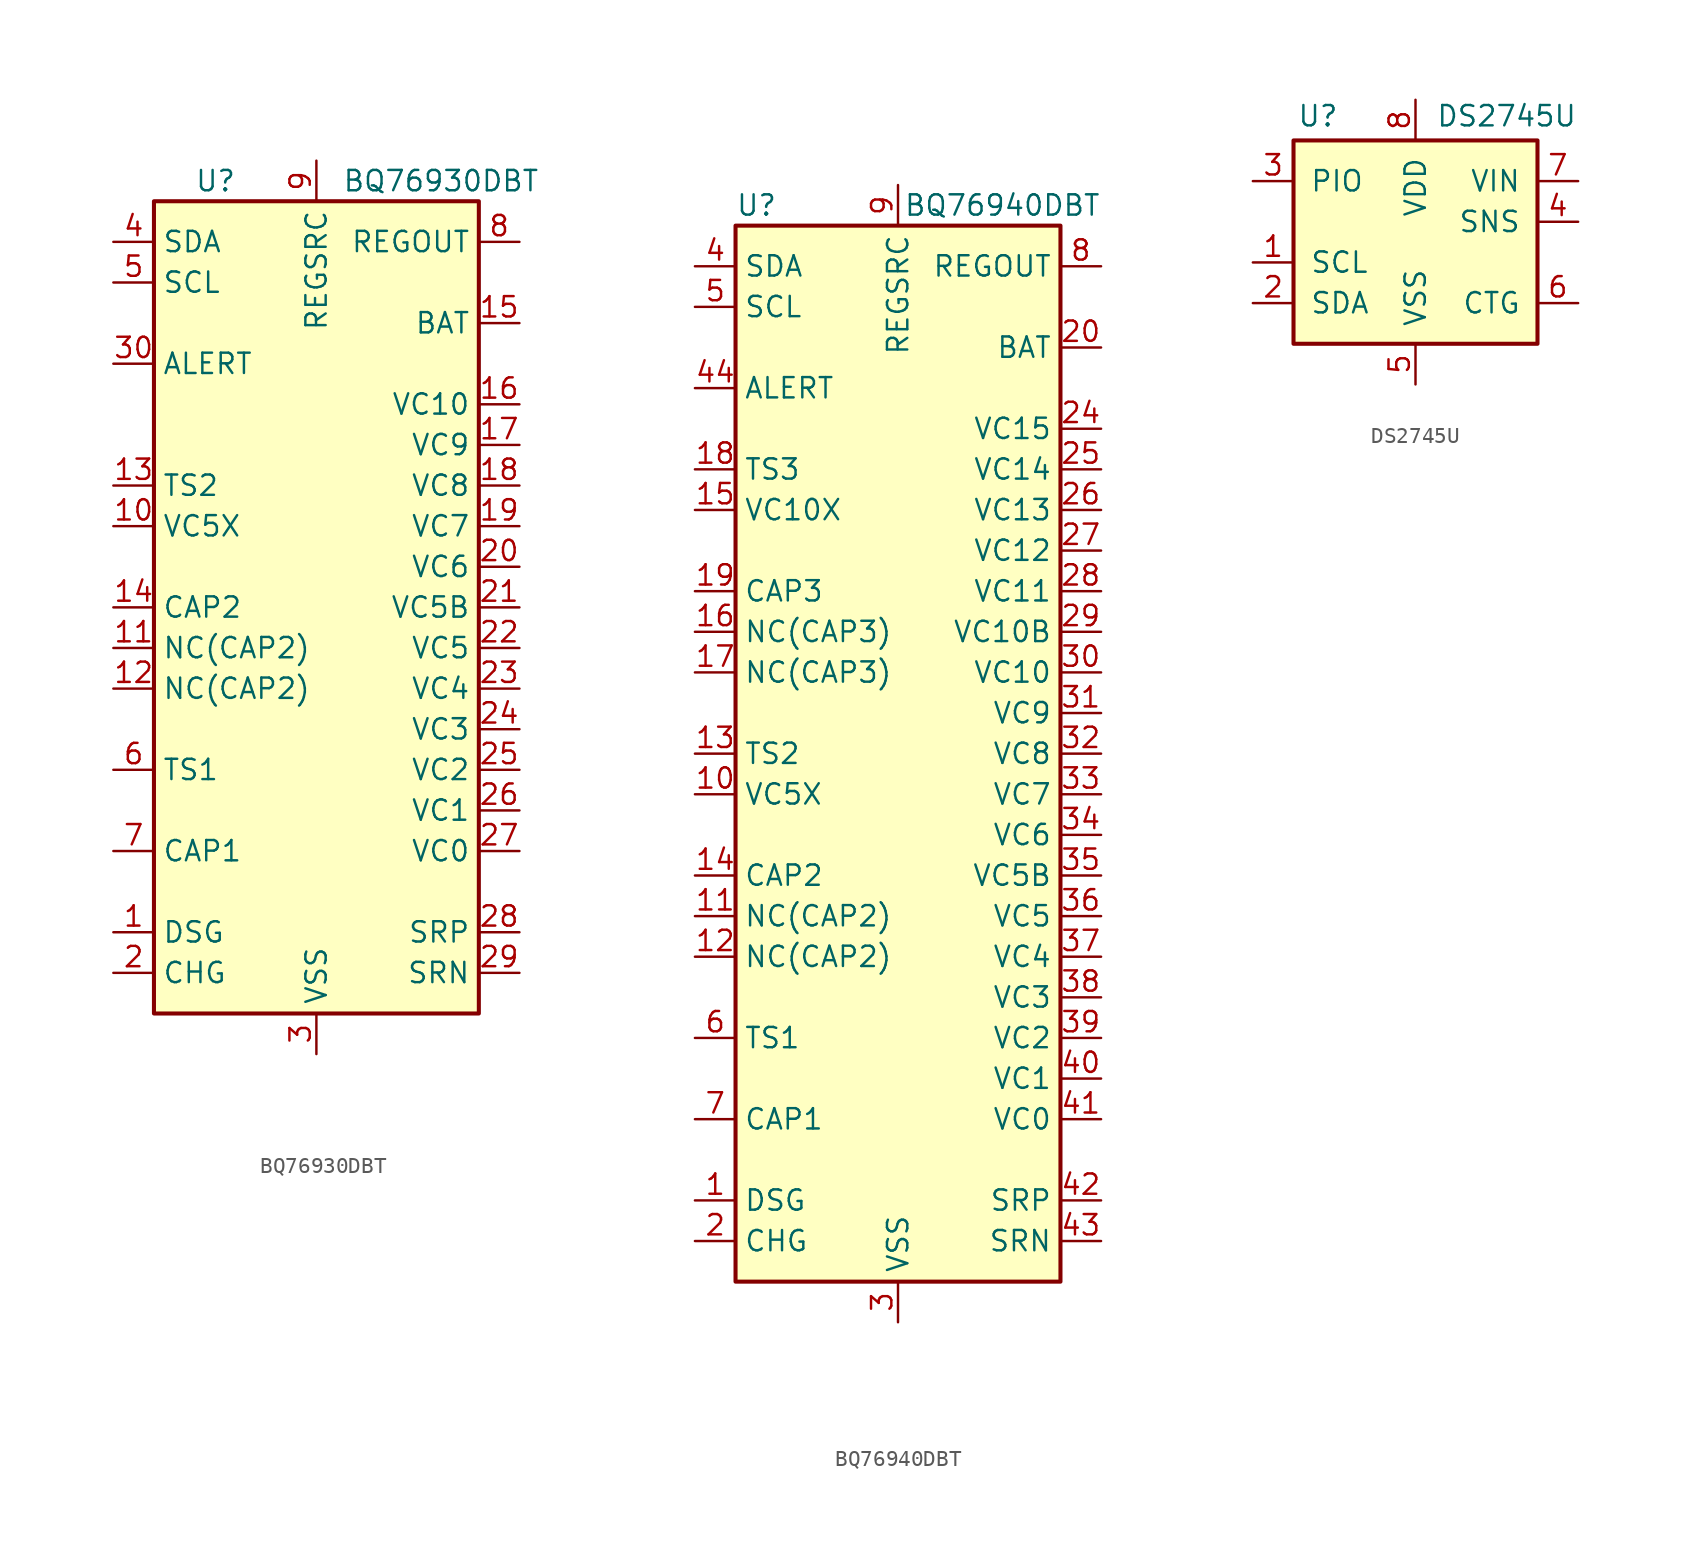
<source format=kicad_sym>
(kicad_symbol_lib
  (version 20201005)
  (generator kicad_symbol_editor)
  (symbol "Battery_Management:BQ76930DBT"
    (property "Reference" "U"
      (at -7.62 26.67 0)
      (effects (font (size 1.27 1.27)) (justify left)))
    (property "Value" "BQ76930DBT"
      (at 13.97 26.67 0)
      (effects (font (size 1.27 1.27)) (justify right)))
    (symbol "BQ76930DBT_0_1"
      (rectangle (start -10.16 25.4) (end 10.16 -25.4) (stroke (width 0.254)) (fill (type background))))
    (symbol "BQ76930DBT_1_0"
      (pin passive line (at -12.7 5.08 0) (length 2.54) (name "VC5X" (effects (font (size 1.27 1.27)))) (number "10" (effects (font (size 1.27 1.27)))))
      (pin passive line (at -12.7 -2.54 0) (length 2.54) (name "NC(CAP2)" (effects (font (size 1.27 1.27)))) (number "11" (effects (font (size 1.27 1.27)))))
      (pin passive line (at -12.7 -5.08 0) (length 2.54) (name "NC(CAP2)" (effects (font (size 1.27 1.27)))) (number "12" (effects (font (size 1.27 1.27)))))
      (pin passive line (at -12.7 7.62 0) (length 2.54) (name "TS2" (effects (font (size 1.27 1.27)))) (number "13" (effects (font (size 1.27 1.27)))))
      (pin passive line (at -12.7 0 0) (length 2.54) (name "CAP2" (effects (font (size 1.27 1.27)))) (number "14" (effects (font (size 1.27 1.27)))))
      (pin input line (at 12.7 17.78 180) (length 2.54) (name "BAT" (effects (font (size 1.27 1.27)))) (number "15" (effects (font (size 1.27 1.27)))))
      (pin input line (at 12.7 12.7 180) (length 2.54) (name "VC10" (effects (font (size 1.27 1.27)))) (number "16" (effects (font (size 1.27 1.27)))))
      (pin input line (at 12.7 10.16 180) (length 2.54) (name "VC9" (effects (font (size 1.27 1.27)))) (number "17" (effects (font (size 1.27 1.27)))))
      (pin input line (at 12.7 7.62 180) (length 2.54) (name "VC8" (effects (font (size 1.27 1.27)))) (number "18" (effects (font (size 1.27 1.27)))))
      (pin input line (at 12.7 5.08 180) (length 2.54) (name "VC7" (effects (font (size 1.27 1.27)))) (number "19" (effects (font (size 1.27 1.27)))))
      (pin input line (at 12.7 2.54 180) (length 2.54) (name "VC6" (effects (font (size 1.27 1.27)))) (number "20" (effects (font (size 1.27 1.27)))))
      (pin input line (at 12.7 0 180) (length 2.54) (name "VC5B" (effects (font (size 1.27 1.27)))) (number "21" (effects (font (size 1.27 1.27)))))
      (pin input line (at 12.7 -2.54 180) (length 2.54) (name "VC5" (effects (font (size 1.27 1.27)))) (number "22" (effects (font (size 1.27 1.27)))))
      (pin input line (at 12.7 -5.08 180) (length 2.54) (name "VC4" (effects (font (size 1.27 1.27)))) (number "23" (effects (font (size 1.27 1.27)))))
      (pin input line (at 12.7 -7.62 180) (length 2.54) (name "VC3" (effects (font (size 1.27 1.27)))) (number "24" (effects (font (size 1.27 1.27)))))
      (pin input line (at 12.7 -10.16 180) (length 2.54) (name "VC2" (effects (font (size 1.27 1.27)))) (number "25" (effects (font (size 1.27 1.27)))))
      (pin input line (at 12.7 -12.7 180) (length 2.54) (name "VC1" (effects (font (size 1.27 1.27)))) (number "26" (effects (font (size 1.27 1.27)))))
      (pin input line (at 12.7 -15.24 180) (length 2.54) (name "VC0" (effects (font (size 1.27 1.27)))) (number "27" (effects (font (size 1.27 1.27)))))
      (pin input line (at 12.7 -20.32 180) (length 2.54) (name "SRP" (effects (font (size 1.27 1.27)))) (number "28" (effects (font (size 1.27 1.27)))))
      (pin input line (at 12.7 -22.86 180) (length 2.54) (name "SRN" (effects (font (size 1.27 1.27)))) (number "29" (effects (font (size 1.27 1.27)))))
      (pin bidirectional line (at -12.7 15.24 0) (length 2.54) (name "ALERT" (effects (font (size 1.27 1.27)))) (number "30" (effects (font (size 1.27 1.27)))))
      (pin passive line (at -12.7 -10.16 0) (length 2.54) (name "TS1" (effects (font (size 1.27 1.27)))) (number "6" (effects (font (size 1.27 1.27)))))
      (pin passive line (at -12.7 -15.24 0) (length 2.54) (name "CAP1" (effects (font (size 1.27 1.27)))) (number "7" (effects (font (size 1.27 1.27)))))
      (pin power_out line (at 12.7 22.86 180) (length 2.54) (name "REGOUT" (effects (font (size 1.27 1.27)))) (number "8" (effects (font (size 1.27 1.27)))))
      (pin power_in line (at 0 27.94 270) (length 2.54) (name "REGSRC" (effects (font (size 1.27 1.27)))) (number "9" (effects (font (size 1.27 1.27))))))
    (symbol "BQ76930DBT_1_1"
      (pin output line (at -12.7 -20.32 0) (length 2.54) (name "DSG" (effects (font (size 1.27 1.27)))) (number "1" (effects (font (size 1.27 1.27)))))
      (pin output line (at -12.7 -22.86 0) (length 2.54) (name "CHG" (effects (font (size 1.27 1.27)))) (number "2" (effects (font (size 1.27 1.27)))))
      (pin power_in line (at 0 -27.94 90) (length 2.54) (name "VSS" (effects (font (size 1.27 1.27)))) (number "3" (effects (font (size 1.27 1.27)))))
      (pin bidirectional line (at -12.7 22.86 0) (length 2.54) (name "SDA" (effects (font (size 1.27 1.27)))) (number "4" (effects (font (size 1.27 1.27)))))
      (pin input line (at -12.7 20.32 0) (length 2.54) (name "SCL" (effects (font (size 1.27 1.27)))) (number "5" (effects (font (size 1.27 1.27)))))))
  (symbol "Battery_Management:BQ76940DBT"
    (property "Reference" "U"
      (at -10.16 34.29 0)
      (effects (font (size 1.27 1.27)) (justify left)))
    (property "Value" "BQ76940DBT"
      (at 12.7 34.29 0)
      (effects (font (size 1.27 1.27)) (justify right)))
    (symbol "BQ76940DBT_0_1"
      (rectangle (start -10.16 33.02) (end 10.16 -33.02) (stroke (width 0.254)) (fill (type background))))
    (symbol "BQ76940DBT_1_0"
      (pin passive line (at -12.7 -2.54 0) (length 2.54) (name "VC5X" (effects (font (size 1.27 1.27)))) (number "10" (effects (font (size 1.27 1.27)))))
      (pin passive line (at -12.7 -10.16 0) (length 2.54) (name "NC(CAP2)" (effects (font (size 1.27 1.27)))) (number "11" (effects (font (size 1.27 1.27)))))
      (pin passive line (at -12.7 -12.7 0) (length 2.54) (name "NC(CAP2)" (effects (font (size 1.27 1.27)))) (number "12" (effects (font (size 1.27 1.27)))))
      (pin passive line (at -12.7 0 0) (length 2.54) (name "TS2" (effects (font (size 1.27 1.27)))) (number "13" (effects (font (size 1.27 1.27)))))
      (pin passive line (at -12.7 -7.62 0) (length 2.54) (name "CAP2" (effects (font (size 1.27 1.27)))) (number "14" (effects (font (size 1.27 1.27)))))
      (pin passive line (at -12.7 15.24 0) (length 2.54) (name "VC10X" (effects (font (size 1.27 1.27)))) (number "15" (effects (font (size 1.27 1.27)))))
      (pin passive line (at -12.7 7.62 0) (length 2.54) (name "NC(CAP3)" (effects (font (size 1.27 1.27)))) (number "16" (effects (font (size 1.27 1.27)))))
      (pin passive line (at -12.7 5.08 0) (length 2.54) (name "NC(CAP3)" (effects (font (size 1.27 1.27)))) (number "17" (effects (font (size 1.27 1.27)))))
      (pin passive line (at -12.7 17.78 0) (length 2.54) (name "TS3" (effects (font (size 1.27 1.27)))) (number "18" (effects (font (size 1.27 1.27)))))
      (pin passive line (at -12.7 10.16 0) (length 2.54) (name "CAP3" (effects (font (size 1.27 1.27)))) (number "19" (effects (font (size 1.27 1.27)))))
      (pin input line (at 12.7 25.4 180) (length 2.54) (name "BAT" (effects (font (size 1.27 1.27)))) (number "20" (effects (font (size 1.27 1.27)))))
      (pin no_connect line (at -5.08 -33.02 90) (length 2.54) hide (name "NC" (effects (font (size 1.27 1.27)))) (number "21" (effects (font (size 1.27 1.27)))))
      (pin no_connect line (at -2.54 -33.02 90) (length 2.54) hide (name "NC" (effects (font (size 1.27 1.27)))) (number "22" (effects (font (size 1.27 1.27)))))
      (pin no_connect line (at 2.54 -33.02 90) (length 2.54) hide (name "NC" (effects (font (size 1.27 1.27)))) (number "23" (effects (font (size 1.27 1.27)))))
      (pin input line (at 12.7 20.32 180) (length 2.54) (name "VC15" (effects (font (size 1.27 1.27)))) (number "24" (effects (font (size 1.27 1.27)))))
      (pin input line (at 12.7 17.78 180) (length 2.54) (name "VC14" (effects (font (size 1.27 1.27)))) (number "25" (effects (font (size 1.27 1.27)))))
      (pin input line (at 12.7 15.24 180) (length 2.54) (name "VC13" (effects (font (size 1.27 1.27)))) (number "26" (effects (font (size 1.27 1.27)))))
      (pin input line (at 12.7 12.7 180) (length 2.54) (name "VC12" (effects (font (size 1.27 1.27)))) (number "27" (effects (font (size 1.27 1.27)))))
      (pin input line (at 12.7 10.16 180) (length 2.54) (name "VC11" (effects (font (size 1.27 1.27)))) (number "28" (effects (font (size 1.27 1.27)))))
      (pin input line (at 12.7 7.62 180) (length 2.54) (name "VC10B" (effects (font (size 1.27 1.27)))) (number "29" (effects (font (size 1.27 1.27)))))
      (pin input line (at 12.7 5.08 180) (length 2.54) (name "VC10" (effects (font (size 1.27 1.27)))) (number "30" (effects (font (size 1.27 1.27)))))
      (pin input line (at 12.7 2.54 180) (length 2.54) (name "VC9" (effects (font (size 1.27 1.27)))) (number "31" (effects (font (size 1.27 1.27)))))
      (pin input line (at 12.7 0 180) (length 2.54) (name "VC8" (effects (font (size 1.27 1.27)))) (number "32" (effects (font (size 1.27 1.27)))))
      (pin input line (at 12.7 -2.54 180) (length 2.54) (name "VC7" (effects (font (size 1.27 1.27)))) (number "33" (effects (font (size 1.27 1.27)))))
      (pin input line (at 12.7 -5.08 180) (length 2.54) (name "VC6" (effects (font (size 1.27 1.27)))) (number "34" (effects (font (size 1.27 1.27)))))
      (pin input line (at 12.7 -7.62 180) (length 2.54) (name "VC5B" (effects (font (size 1.27 1.27)))) (number "35" (effects (font (size 1.27 1.27)))))
      (pin input line (at 12.7 -10.16 180) (length 2.54) (name "VC5" (effects (font (size 1.27 1.27)))) (number "36" (effects (font (size 1.27 1.27)))))
      (pin input line (at 12.7 -12.7 180) (length 2.54) (name "VC4" (effects (font (size 1.27 1.27)))) (number "37" (effects (font (size 1.27 1.27)))))
      (pin input line (at 12.7 -15.24 180) (length 2.54) (name "VC3" (effects (font (size 1.27 1.27)))) (number "38" (effects (font (size 1.27 1.27)))))
      (pin input line (at 12.7 -17.78 180) (length 2.54) (name "VC2" (effects (font (size 1.27 1.27)))) (number "39" (effects (font (size 1.27 1.27)))))
      (pin input line (at 12.7 -20.32 180) (length 2.54) (name "VC1" (effects (font (size 1.27 1.27)))) (number "40" (effects (font (size 1.27 1.27)))))
      (pin input line (at 12.7 -22.86 180) (length 2.54) (name "VC0" (effects (font (size 1.27 1.27)))) (number "41" (effects (font (size 1.27 1.27)))))
      (pin input line (at 12.7 -27.94 180) (length 2.54) (name "SRP" (effects (font (size 1.27 1.27)))) (number "42" (effects (font (size 1.27 1.27)))))
      (pin input line (at 12.7 -30.48 180) (length 2.54) (name "SRN" (effects (font (size 1.27 1.27)))) (number "43" (effects (font (size 1.27 1.27)))))
      (pin bidirectional line (at -12.7 22.86 0) (length 2.54) (name "ALERT" (effects (font (size 1.27 1.27)))) (number "44" (effects (font (size 1.27 1.27)))))
      (pin passive line (at -12.7 -17.78 0) (length 2.54) (name "TS1" (effects (font (size 1.27 1.27)))) (number "6" (effects (font (size 1.27 1.27)))))
      (pin passive line (at -12.7 -22.86 0) (length 2.54) (name "CAP1" (effects (font (size 1.27 1.27)))) (number "7" (effects (font (size 1.27 1.27)))))
      (pin power_out line (at 12.7 30.48 180) (length 2.54) (name "REGOUT" (effects (font (size 1.27 1.27)))) (number "8" (effects (font (size 1.27 1.27)))))
      (pin power_in line (at 0 35.56 270) (length 2.54) (name "REGSRC" (effects (font (size 1.27 1.27)))) (number "9" (effects (font (size 1.27 1.27))))))
    (symbol "BQ76940DBT_1_1"
      (pin output line (at -12.7 -27.94 0) (length 2.54) (name "DSG" (effects (font (size 1.27 1.27)))) (number "1" (effects (font (size 1.27 1.27)))))
      (pin output line (at -12.7 -30.48 0) (length 2.54) (name "CHG" (effects (font (size 1.27 1.27)))) (number "2" (effects (font (size 1.27 1.27)))))
      (pin power_in line (at 0 -35.56 90) (length 2.54) (name "VSS" (effects (font (size 1.27 1.27)))) (number "3" (effects (font (size 1.27 1.27)))))
      (pin bidirectional line (at -12.7 30.48 0) (length 2.54) (name "SDA" (effects (font (size 1.27 1.27)))) (number "4" (effects (font (size 1.27 1.27)))))
      (pin input line (at -12.7 27.94 0) (length 2.54) (name "SCL" (effects (font (size 1.27 1.27)))) (number "5" (effects (font (size 1.27 1.27)))))))
  (symbol "Battery_Management:DS2745U"
    (pin_names
      (offset 1.016))
    (property "Reference" "U"
      (at -6.096 6.604 0)
      (effects (font (size 1.27 1.27))))
    (property "Value" "DS2745U"
      (at 1.27 6.604 0)
      (effects (font (size 1.27 1.27)) (justify left)))
    (symbol "DS2745U_0_1"
      (rectangle (start -7.62 5.08) (end 7.62 -7.62) (stroke (width 0.254)) (fill (type background))))
    (symbol "DS2745U_1_1"
      (pin input line (at -10.16 -2.54 0) (length 2.54) (name "SCL" (effects (font (size 1.27 1.27)))) (number "1" (effects (font (size 1.27 1.27)))))
      (pin bidirectional line (at -10.16 -5.08 0) (length 2.54) (name "SDA" (effects (font (size 1.27 1.27)))) (number "2" (effects (font (size 1.27 1.27)))))
      (pin open_collector line (at -10.16 2.54 0) (length 2.54) (name "PIO" (effects (font (size 1.27 1.27)))) (number "3" (effects (font (size 1.27 1.27)))))
      (pin input line (at 10.16 0 180) (length 2.54) (name "SNS" (effects (font (size 1.27 1.27)))) (number "4" (effects (font (size 1.27 1.27)))))
      (pin power_in line (at 0 -10.16 90) (length 2.54) (name "VSS" (effects (font (size 1.27 1.27)))) (number "5" (effects (font (size 1.27 1.27)))))
      (pin input line (at 10.16 -5.08 180) (length 2.54) (name "CTG" (effects (font (size 1.27 1.27)))) (number "6" (effects (font (size 1.27 1.27)))))
      (pin input line (at 10.16 2.54 180) (length 2.54) (name "VIN" (effects (font (size 1.27 1.27)))) (number "7" (effects (font (size 1.27 1.27)))))
      (pin power_in line (at 0 7.62 270) (length 2.54) (name "VDD" (effects (font (size 1.27 1.27)))) (number "8" (effects (font (size 1.27 1.27))))))))
</source>
